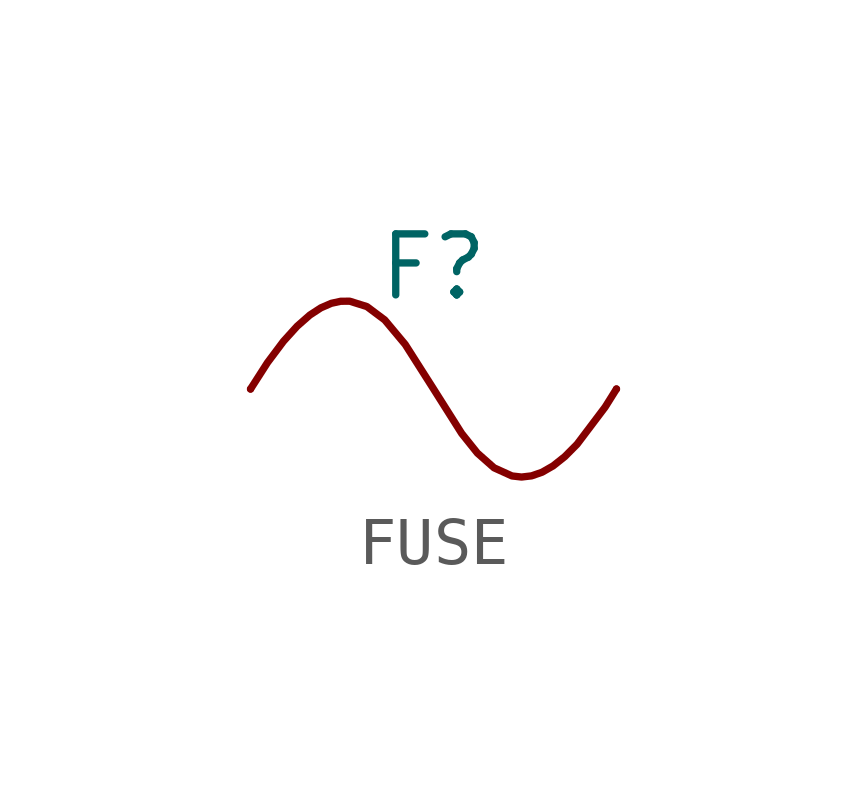
<source format=kicad_sym>
(kicad_symbol_lib
  (version 20241209)
  (generator "kicad_symbol_editor")
  (generator_version "9.0")
  (symbol "FUSE"
    (pin_numbers
      (hide yes))
    (pin_names
      (offset 0)
      (hide yes))
    (property "Reference" "F"
      (at 0 2.54 0)
      (effects (font (size 1.27 1.27))))
    (property "Value" ""
      (at 0 2.54 0)
      (effects (font (size 1.27 1.27))))
    (symbol "FUSE_0_1"
      (bezier (pts (xy -3.81 0) (xy 0 6.35) (xy 0 -6.35) (xy 3.81 0)) (stroke (width 0) (type default)) (fill (type none))))
    (symbol "FUSE_1_0"
      (pin power_in line (at -3.81 0 0) (length 0) (name "1" (effects (font (size 1.27 1.27)))) (number "1" (effects (font (size 1.27 1.27)))))
      (pin power_out line (at 3.81 0 180) (length 0) (name "2" (effects (font (size 1.27 1.27)))) (number "2" (effects (font (size 1.27 1.27))))))))
</source>
